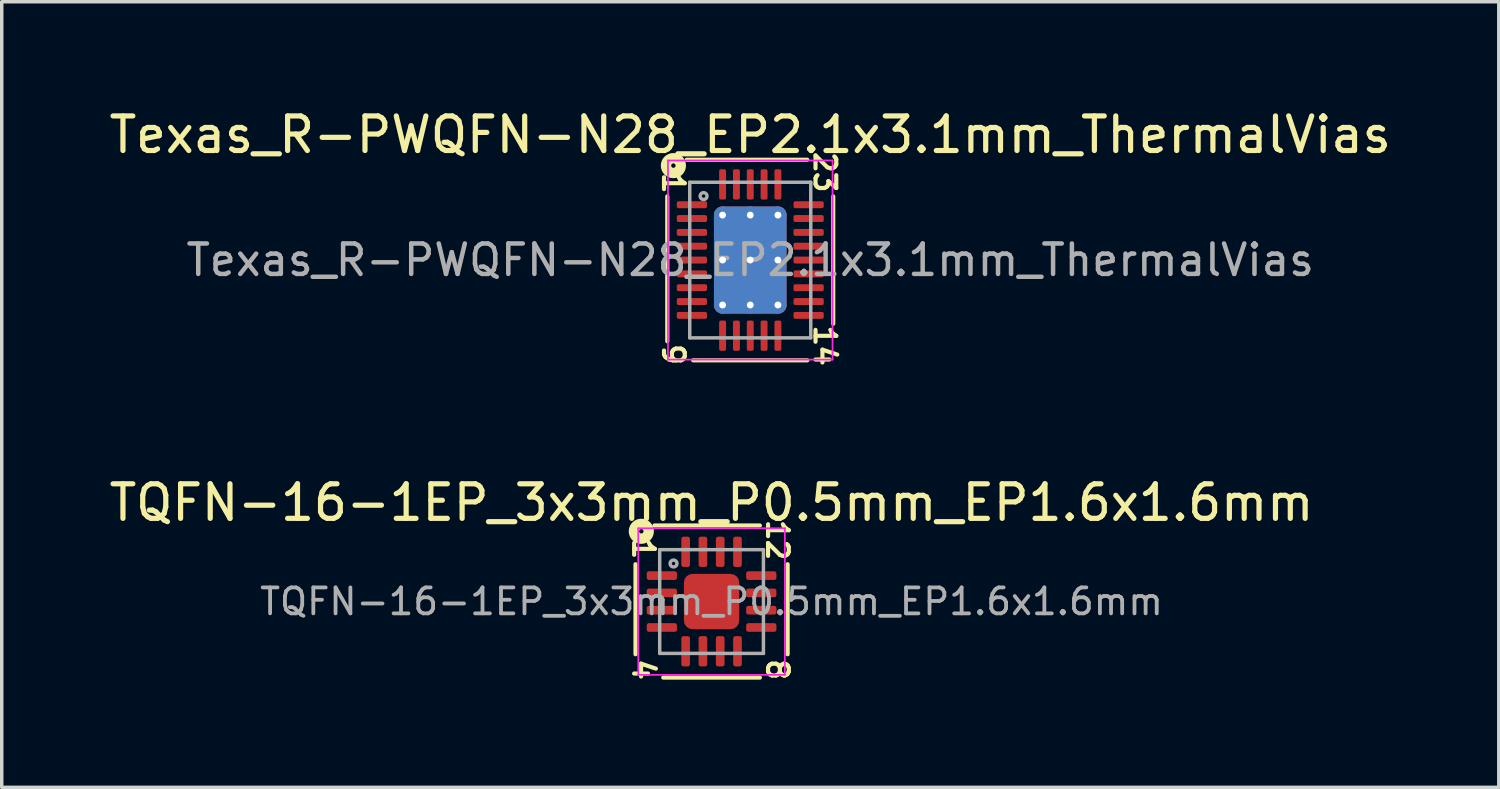
<source format=kicad_pcb>
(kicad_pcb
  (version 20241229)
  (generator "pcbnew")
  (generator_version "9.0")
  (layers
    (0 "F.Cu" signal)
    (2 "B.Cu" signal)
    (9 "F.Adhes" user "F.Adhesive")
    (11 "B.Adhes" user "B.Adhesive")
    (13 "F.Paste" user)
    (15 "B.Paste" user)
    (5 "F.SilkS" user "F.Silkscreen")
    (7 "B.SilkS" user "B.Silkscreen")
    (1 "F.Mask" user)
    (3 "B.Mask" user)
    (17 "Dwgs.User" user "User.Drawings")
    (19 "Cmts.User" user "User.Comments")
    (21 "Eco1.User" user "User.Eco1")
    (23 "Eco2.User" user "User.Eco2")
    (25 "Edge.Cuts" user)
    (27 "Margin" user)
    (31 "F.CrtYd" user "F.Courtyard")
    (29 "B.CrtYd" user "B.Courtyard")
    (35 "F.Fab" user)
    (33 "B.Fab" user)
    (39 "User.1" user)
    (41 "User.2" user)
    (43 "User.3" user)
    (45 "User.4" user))
  (footprint "TQFN-16-1EP_3x3mm_P0.5mm_EP1.6x1.6mm"
    (layer "F.Cu")
    (at 17.53 14.348)
    (property "Reference" "TQFN-16-1EP_3x3mm_P0.5mm_EP1.6x1.6mm" (at 0 -2.861 0) (layer "F.SilkS") (effects (font (size 1 1) (thickness 0.15))))
    (attr smd)
    (fp_line (start -2.2 -1.079) (end -2.2 1.524) (stroke (width 0.12) (type solid)) (layer "F.SilkS"))
    (fp_line (start -1.397 2.2) (end 1.397 2.2) (stroke (width 0.12) (type solid)) (layer "F.SilkS"))
    (fp_line (start 1.397 -2.2) (end -1.651 -2.2) (stroke (width 0.12) (type solid)) (layer "F.SilkS"))
    (fp_line (start 2.2 1.524) (end 2.2 -1.079) (stroke (width 0.12) (type solid)) (layer "F.SilkS"))
    (fp_circle (center -2.032 -2.032) (end -1.968 -2.032) (stroke (width 0.3) (type solid)) (fill no) (layer "F.SilkS"))
    (fp_line (start -2.12 -2.12) (end -2.12 2.12) (stroke (width 0.05) (type solid)) (layer "F.CrtYd"))
    (fp_line (start -2.12 2.12) (end 2.12 2.12) (stroke (width 0.05) (type solid)) (layer "F.CrtYd"))
    (fp_line (start 2.12 -2.12) (end -2.12 -2.12) (stroke (width 0.05) (type solid)) (layer "F.CrtYd"))
    (fp_line (start 2.12 2.12) (end 2.12 -2.12) (stroke (width 0.05) (type solid)) (layer "F.CrtYd"))
    (fp_line (start -1.5 -1.5) (end 1.5 -1.5) (stroke (width 0.1) (type solid)) (layer "F.Fab"))
    (fp_line (start -1.5 1.5) (end -1.5 -1.5) (stroke (width 0.1) (type solid)) (layer "F.Fab"))
    (fp_line (start 1.5 -1.5) (end 1.5 1.5) (stroke (width 0.1) (type solid)) (layer "F.Fab"))
    (fp_line (start 1.5 1.5) (end -1.5 1.5) (stroke (width 0.1) (type solid)) (layer "F.Fab"))
    (fp_circle (center -1.1 -1.1) (end -1 -1.1) (stroke (width 0.1) (type solid)) (fill no) (layer "F.Fab"))
    (fp_text user "12" (at 1.905 -1.778 270) (unlocked yes) (layer "F.SilkS") (effects (font (size 0.6 0.6) (thickness 0.12))))
    (fp_text user "4" (at -1.968 1.968 270) (unlocked yes) (layer "F.SilkS") (effects (font (size 0.6 0.6) (thickness 0.12))))
    (fp_text user "1" (at -1.968 -1.524 270) (unlocked yes) (layer "F.SilkS") (effects (font (size 0.6 0.6) (thickness 0.12))))
    (fp_text user "8" (at 1.905 1.968 270) (unlocked yes) (layer "F.SilkS") (effects (font (size 0.6 0.6) (thickness 0.12))))
    (fp_text user "${REFERENCE}" (at 0 0 0) (layer "F.Fab") (effects (font (size 0.75 0.75) (thickness 0.11))))
    (pad "" smd roundrect (at -0.4 -0.4) (size 0.64 0.64) (layers "F.Paste") (roundrect_rratio 0.25))
    (pad "" smd roundrect (at -0.4 0.4) (size 0.64 0.64) (layers "F.Paste") (roundrect_rratio 0.25))
    (pad "" smd roundrect (at 0.4 -0.4) (size 0.64 0.64) (layers "F.Paste") (roundrect_rratio 0.25))
    (pad "" smd roundrect (at 0.4 0.4) (size 0.64 0.64) (layers "F.Paste") (roundrect_rratio 0.25))
    (pad "1" smd roundrect (at -1.438 -0.75) (size 0.875 0.25) (layers "F.Cu" "F.Mask" "F.Paste") (roundrect_rratio 0.25))
    (pad "2" smd roundrect (at -1.438 -0.25) (size 0.875 0.25) (layers "F.Cu" "F.Mask" "F.Paste") (roundrect_rratio 0.25))
    (pad "3" smd roundrect (at -1.438 0.25) (size 0.875 0.25) (layers "F.Cu" "F.Mask" "F.Paste") (roundrect_rratio 0.25))
    (pad "4" smd roundrect (at -1.438 0.75) (size 0.875 0.25) (layers "F.Cu" "F.Mask" "F.Paste") (roundrect_rratio 0.25))
    (pad "5" smd roundrect (at -0.75 1.438) (size 0.25 0.875) (layers "F.Cu" "F.Mask" "F.Paste") (roundrect_rratio 0.25))
    (pad "6" smd roundrect (at -0.25 1.438) (size 0.25 0.875) (layers "F.Cu" "F.Mask" "F.Paste") (roundrect_rratio 0.25))
    (pad "7" smd roundrect (at 0.25 1.438) (size 0.25 0.875) (layers "F.Cu" "F.Mask" "F.Paste") (roundrect_rratio 0.25))
    (pad "8" smd roundrect (at 0.75 1.438) (size 0.25 0.875) (layers "F.Cu" "F.Mask" "F.Paste") (roundrect_rratio 0.25))
    (pad "9" smd roundrect (at 1.438 0.75) (size 0.875 0.25) (layers "F.Cu" "F.Mask" "F.Paste") (roundrect_rratio 0.25))
    (pad "10" smd roundrect (at 1.438 0.25) (size 0.875 0.25) (layers "F.Cu" "F.Mask" "F.Paste") (roundrect_rratio 0.25))
    (pad "11" smd roundrect (at 1.438 -0.25) (size 0.875 0.25) (layers "F.Cu" "F.Mask" "F.Paste") (roundrect_rratio 0.25))
    (pad "12" smd roundrect (at 1.438 -0.75) (size 0.875 0.25) (layers "F.Cu" "F.Mask" "F.Paste") (roundrect_rratio 0.25))
    (pad "13" smd roundrect (at 0.75 -1.438) (size 0.25 0.875) (layers "F.Cu" "F.Mask" "F.Paste") (roundrect_rratio 0.25))
    (pad "14" smd roundrect (at 0.25 -1.438) (size 0.25 0.875) (layers "F.Cu" "F.Mask" "F.Paste") (roundrect_rratio 0.25))
    (pad "15" smd roundrect (at -0.25 -1.438) (size 0.25 0.875) (layers "F.Cu" "F.Mask" "F.Paste") (roundrect_rratio 0.25))
    (pad "16" smd roundrect (at -0.75 -1.438) (size 0.25 0.875) (layers "F.Cu" "F.Mask" "F.Paste") (roundrect_rratio 0.25))
    (pad "17" smd roundrect (at 0 0) (size 1.6 1.6) (layers "F.Cu" "F.Mask") (roundrect_rratio 0.156)))
  (footprint "Texas_R-PWQFN-N28_EP2.1x3.1mm_ThermalVias"
    (layer "F.Cu")
    (at 18.649 4.471)
    (property "Reference" "Texas_R-PWQFN-N28_EP2.1x3.1mm_ThermalVias" (at 0 -3.623 0) (layer "F.SilkS") (effects (font (size 1 1) (thickness 0.15))))
    (attr smd)
    (fp_line (start -2.4 -1.841) (end -2.4 2.349) (stroke (width 0.12) (type solid)) (layer "F.SilkS"))
    (fp_line (start -1.651 2.9) (end 1.651 2.9) (stroke (width 0.12) (type solid)) (layer "F.SilkS"))
    (fp_line (start 1.651 -2.9) (end -1.841 -2.9) (stroke (width 0.12) (type solid)) (layer "F.SilkS"))
    (fp_line (start 2.4 1.841) (end 2.4 -1.841) (stroke (width 0.12) (type solid)) (layer "F.SilkS"))
    (fp_circle (center -2.223 -2.731) (end -2.159 -2.731) (stroke (width 0.3) (type solid)) (fill no) (layer "F.SilkS"))
    (fp_line (start -2.38 -2.88) (end -2.38 2.88) (stroke (width 0.05) (type solid)) (layer "F.CrtYd"))
    (fp_line (start -2.38 2.88) (end 2.38 2.88) (stroke (width 0.05) (type solid)) (layer "F.CrtYd"))
    (fp_line (start 2.38 -2.88) (end -2.38 -2.88) (stroke (width 0.05) (type solid)) (layer "F.CrtYd"))
    (fp_line (start 2.38 2.88) (end 2.38 -2.88) (stroke (width 0.05) (type solid)) (layer "F.CrtYd"))
    (fp_line (start -1.75 -2.25) (end 1.75 -2.25) (stroke (width 0.1) (type solid)) (layer "F.Fab"))
    (fp_line (start -1.75 2.25) (end -1.75 -2.25) (stroke (width 0.1) (type solid)) (layer "F.Fab"))
    (fp_line (start 1.75 -2.25) (end 1.75 2.25) (stroke (width 0.1) (type solid)) (layer "F.Fab"))
    (fp_line (start 1.75 2.25) (end -1.75 2.25) (stroke (width 0.1) (type solid)) (layer "F.Fab"))
    (fp_circle (center -1.35 -1.85) (end -1.25 -1.85) (stroke (width 0.1) (type solid)) (fill no) (layer "F.Fab"))
    (fp_text user "23" (at 2.159 -2.54 270) (unlocked yes) (layer "F.SilkS") (effects (font (size 0.6 0.6) (thickness 0.12))))
    (fp_text user "14" (at 2.159 2.477 270) (unlocked yes) (layer "F.SilkS") (effects (font (size 0.6 0.6) (thickness 0.12))))
    (fp_text user "9" (at -2.223 2.731 270) (unlocked yes) (layer "F.SilkS") (effects (font (size 0.6 0.6) (thickness 0.12))))
    (fp_text user "1" (at -2.223 -2.223 270) (unlocked yes) (layer "F.SilkS") (effects (font (size 0.6 0.6) (thickness 0.12))))
    (fp_text user "${REFERENCE}" (at 0 0 0) (layer "F.Fab") (effects (font (size 0.88 0.88) (thickness 0.13))))
    (pad "" smd roundrect (at -0.525 -0.775) (size 0.88 1.3) (layers "F.Paste") (roundrect_rratio 0.25))
    (pad "" smd roundrect (at -0.525 0.775) (size 0.88 1.3) (layers "F.Paste") (roundrect_rratio 0.25))
    (pad "" smd roundrect (at 0.525 -0.775) (size 0.88 1.3) (layers "F.Paste") (roundrect_rratio 0.25))
    (pad "" smd roundrect (at 0.525 0.775) (size 0.88 1.3) (layers "F.Paste") (roundrect_rratio 0.25))
    (pad "1" smd roundrect (at -1.688 -1.6) (size 0.875 0.2) (layers "F.Cu" "F.Mask" "F.Paste") (roundrect_rratio 0.25))
    (pad "2" smd roundrect (at -1.688 -1.2) (size 0.875 0.2) (layers "F.Cu" "F.Mask" "F.Paste") (roundrect_rratio 0.25))
    (pad "3" smd roundrect (at -1.688 -0.8) (size 0.875 0.2) (layers "F.Cu" "F.Mask" "F.Paste") (roundrect_rratio 0.25))
    (pad "4" smd roundrect (at -1.688 -0.4) (size 0.875 0.2) (layers "F.Cu" "F.Mask" "F.Paste") (roundrect_rratio 0.25))
    (pad "5" smd roundrect (at -1.688 0) (size 0.875 0.2) (layers "F.Cu" "F.Mask" "F.Paste") (roundrect_rratio 0.25))
    (pad "6" smd roundrect (at -1.688 0.4) (size 0.875 0.2) (layers "F.Cu" "F.Mask" "F.Paste") (roundrect_rratio 0.25))
    (pad "7" smd roundrect (at -1.688 0.8) (size 0.875 0.2) (layers "F.Cu" "F.Mask" "F.Paste") (roundrect_rratio 0.25))
    (pad "8" smd roundrect (at -1.688 1.2) (size 0.875 0.2) (layers "F.Cu" "F.Mask" "F.Paste") (roundrect_rratio 0.25))
    (pad "9" smd roundrect (at -1.688 1.6) (size 0.875 0.2) (layers "F.Cu" "F.Mask" "F.Paste") (roundrect_rratio 0.25))
    (pad "10" smd roundrect (at -0.8 2.188) (size 0.2 0.875) (layers "F.Cu" "F.Mask" "F.Paste") (roundrect_rratio 0.25))
    (pad "11" smd roundrect (at -0.4 2.188) (size 0.2 0.875) (layers "F.Cu" "F.Mask" "F.Paste") (roundrect_rratio 0.25))
    (pad "12" smd roundrect (at 0 2.188) (size 0.2 0.875) (layers "F.Cu" "F.Mask" "F.Paste") (roundrect_rratio 0.25))
    (pad "13" smd roundrect (at 0.4 2.188) (size 0.2 0.875) (layers "F.Cu" "F.Mask" "F.Paste") (roundrect_rratio 0.25))
    (pad "14" smd roundrect (at 0.8 2.188) (size 0.2 0.875) (layers "F.Cu" "F.Mask" "F.Paste") (roundrect_rratio 0.25))
    (pad "15" smd roundrect (at 1.688 1.6) (size 0.875 0.2) (layers "F.Cu" "F.Mask" "F.Paste") (roundrect_rratio 0.25))
    (pad "16" smd roundrect (at 1.688 1.2) (size 0.875 0.2) (layers "F.Cu" "F.Mask" "F.Paste") (roundrect_rratio 0.25))
    (pad "17" smd roundrect (at 1.688 0.8) (size 0.875 0.2) (layers "F.Cu" "F.Mask" "F.Paste") (roundrect_rratio 0.25))
    (pad "18" smd roundrect (at 1.688 0.4) (size 0.875 0.2) (layers "F.Cu" "F.Mask" "F.Paste") (roundrect_rratio 0.25))
    (pad "19" smd roundrect (at 1.688 0) (size 0.875 0.2) (layers "F.Cu" "F.Mask" "F.Paste") (roundrect_rratio 0.25))
    (pad "20" smd roundrect (at 1.688 -0.4) (size 0.875 0.2) (layers "F.Cu" "F.Mask" "F.Paste") (roundrect_rratio 0.25))
    (pad "21" smd roundrect (at 1.688 -0.8) (size 0.875 0.2) (layers "F.Cu" "F.Mask" "F.Paste") (roundrect_rratio 0.25))
    (pad "22" smd roundrect (at 1.688 -1.2) (size 0.875 0.2) (layers "F.Cu" "F.Mask" "F.Paste") (roundrect_rratio 0.25))
    (pad "23" smd roundrect (at 1.688 -1.6) (size 0.875 0.2) (layers "F.Cu" "F.Mask" "F.Paste") (roundrect_rratio 0.25))
    (pad "24" smd roundrect (at 0.8 -2.188) (size 0.2 0.875) (layers "F.Cu" "F.Mask" "F.Paste") (roundrect_rratio 0.25))
    (pad "25" smd roundrect (at 0.4 -2.188) (size 0.2 0.875) (layers "F.Cu" "F.Mask" "F.Paste") (roundrect_rratio 0.25))
    (pad "26" smd roundrect (at 0 -2.188) (size 0.2 0.875) (layers "F.Cu" "F.Mask" "F.Paste") (roundrect_rratio 0.25))
    (pad "27" smd roundrect (at -0.4 -2.188) (size 0.2 0.875) (layers "F.Cu" "F.Mask" "F.Paste") (roundrect_rratio 0.25))
    (pad "28" smd roundrect (at -0.8 -2.188) (size 0.2 0.875) (layers "F.Cu" "F.Mask" "F.Paste") (roundrect_rratio 0.25))
    (pad "29" thru_hole circle (at -0.8 -1.3) (size 0.5 0.5) (drill 0.2) (property pad_prop_heatsink) (layers "*.Cu"))
    (pad "29" thru_hole circle (at -0.8 0) (size 0.5 0.5) (drill 0.2) (property pad_prop_heatsink) (layers "*.Cu"))
    (pad "29" thru_hole circle (at -0.8 1.3) (size 0.5 0.5) (drill 0.2) (property pad_prop_heatsink) (layers "*.Cu"))
    (pad "29" thru_hole circle (at 0 -1.3) (size 0.5 0.5) (drill 0.2) (property pad_prop_heatsink) (layers "*.Cu"))
    (pad "29" thru_hole circle (at 0 0) (size 0.5 0.5) (drill 0.2) (property pad_prop_heatsink) (layers "*.Cu"))
    (pad "29" smd roundrect (at 0 0) (size 2.1 3.1) (layers "F.Cu" "F.Mask") (roundrect_rratio 0.119))
    (pad "29" smd roundrect (at 0 0) (size 2.1 3.1) (layers "B.Cu" "B.Mask") (roundrect_rratio 0.119))
    (pad "29" thru_hole circle (at 0 1.3) (size 0.5 0.5) (drill 0.2) (property pad_prop_heatsink) (layers "*.Cu"))
    (pad "29" thru_hole circle (at 0.8 -1.3) (size 0.5 0.5) (drill 0.2) (property pad_prop_heatsink) (layers "*.Cu"))
    (pad "29" thru_hole circle (at 0.8 0) (size 0.5 0.5) (drill 0.2) (property pad_prop_heatsink) (layers "*.Cu"))
    (pad "29" thru_hole circle (at 0.8 1.3) (size 0.5 0.5) (drill 0.2) (property pad_prop_heatsink) (layers "*.Cu")))
  (gr_rect
    (start -3 -3)
    (end 40.298 19.722)
    (stroke (width 0.1) (type default))
    (fill no)
    (layer "Edge.Cuts")))
</source>
